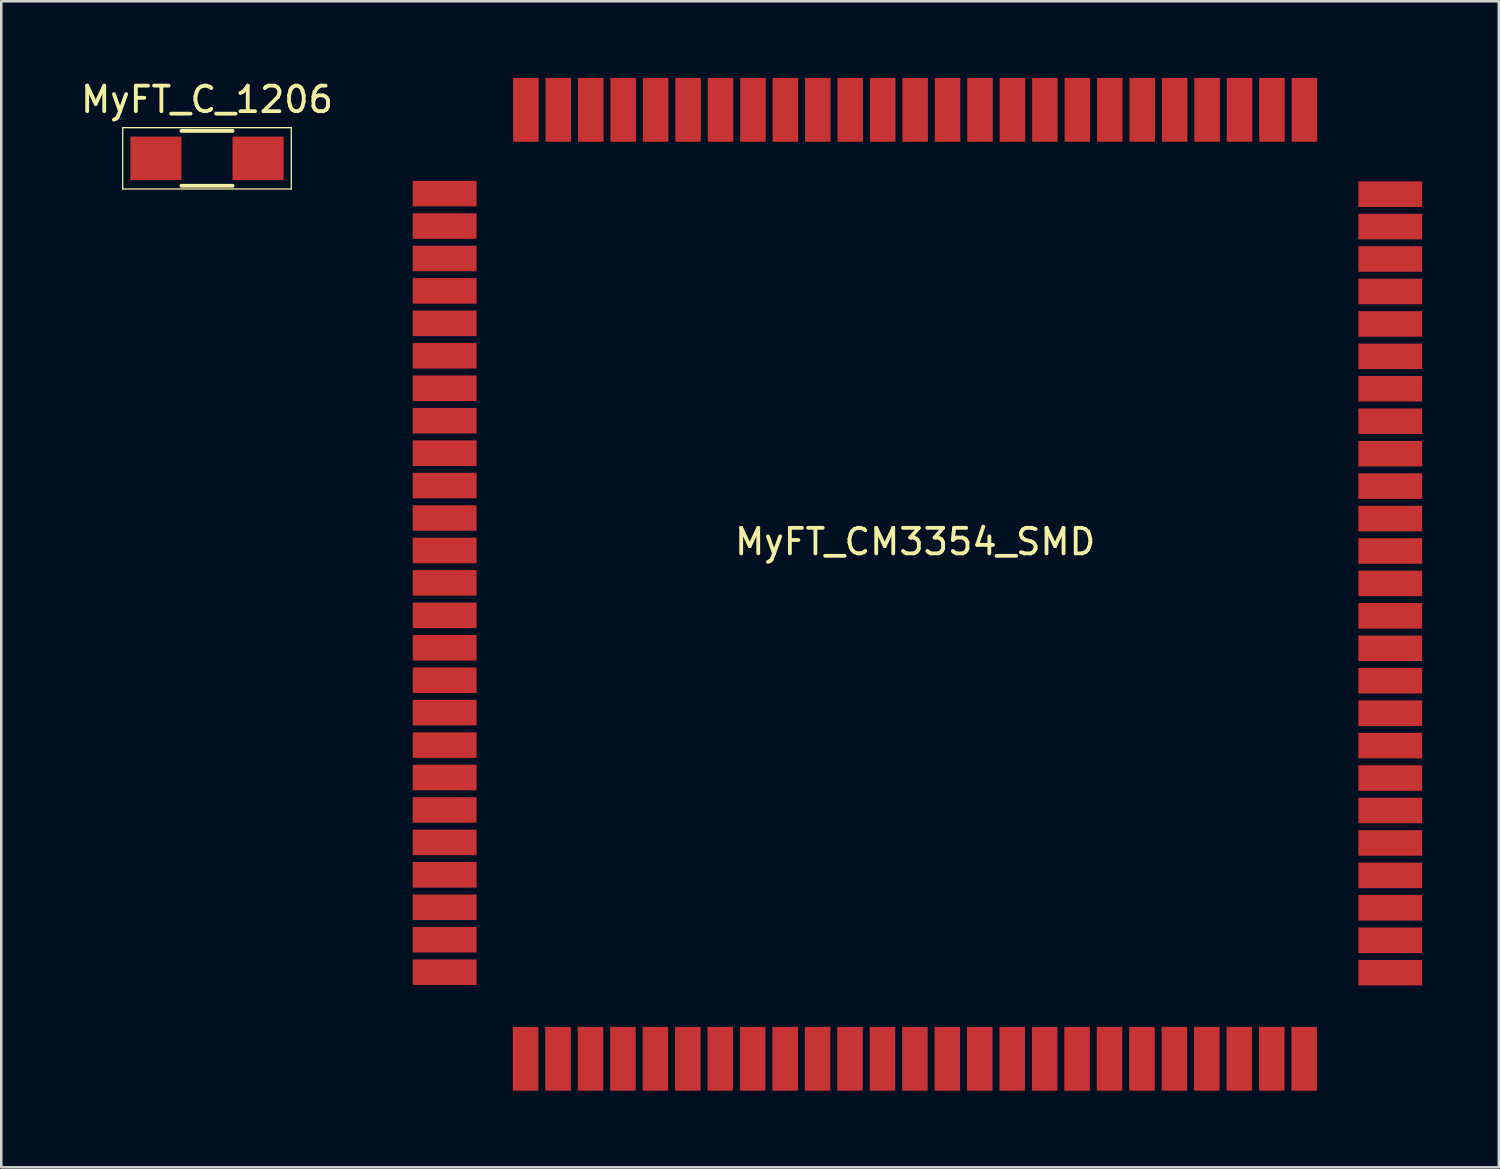
<source format=kicad_pcb>
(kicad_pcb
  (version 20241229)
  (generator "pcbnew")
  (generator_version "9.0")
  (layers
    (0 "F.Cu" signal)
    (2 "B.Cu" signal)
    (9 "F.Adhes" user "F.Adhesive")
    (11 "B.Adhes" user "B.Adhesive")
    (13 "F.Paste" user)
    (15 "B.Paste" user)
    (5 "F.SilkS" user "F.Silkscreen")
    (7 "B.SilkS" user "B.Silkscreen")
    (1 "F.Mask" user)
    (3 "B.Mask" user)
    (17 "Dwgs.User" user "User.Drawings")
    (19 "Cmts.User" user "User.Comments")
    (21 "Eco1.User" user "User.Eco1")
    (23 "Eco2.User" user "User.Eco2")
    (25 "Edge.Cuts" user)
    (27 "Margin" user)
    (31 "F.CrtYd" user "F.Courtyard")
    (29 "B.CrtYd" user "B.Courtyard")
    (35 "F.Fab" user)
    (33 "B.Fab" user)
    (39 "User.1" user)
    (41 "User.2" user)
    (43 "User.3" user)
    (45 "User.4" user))
  (footprint "MyFT_CM3354_SMD"
    (layer "F.Cu")
    (at 32.778 19.43)
    (property "Reference" "MyFT_CM3354_SMD" (at 0 -1.27 0) (layer "F.SilkS") (effects (font (size 1 1) (thickness 0.15))))
    (attr through_hole)
    (fp_line (start -16.891 -16.668) (end -16.891 17.241) (stroke (width 0.15) (type solid)) (layer "Eco2.User"))
    (fp_line (start -16.891 -16.668) (end 17.018 -16.668) (stroke (width 0.15) (type solid)) (layer "Eco2.User"))
    (fp_line (start -16.891 17.369) (end 17.018 17.369) (stroke (width 0.15) (type solid)) (layer "Eco2.User"))
    (fp_line (start 17.018 -16.668) (end 17.018 17.241) (stroke (width 0.15) (type solid)) (layer "Eco2.User"))
    (pad "1" smd rect (at 15.24 -18.18) (size 1 2.5) (layers "F.Cu" "F.Mask" "F.Paste"))
    (pad "2" smd rect (at 13.97 -18.18) (size 1 2.5) (layers "F.Cu" "F.Mask" "F.Paste"))
    (pad "3" smd rect (at 12.7 -18.18) (size 1 2.5) (layers "F.Cu" "F.Mask" "F.Paste"))
    (pad "4" smd rect (at 11.43 -18.18) (size 1 2.5) (layers "F.Cu" "F.Mask" "F.Paste"))
    (pad "5" smd rect (at 10.16 -18.18) (size 1 2.5) (layers "F.Cu" "F.Mask" "F.Paste"))
    (pad "6" smd rect (at 8.89 -18.18) (size 1 2.5) (layers "F.Cu" "F.Mask" "F.Paste"))
    (pad "7" smd rect (at 7.62 -18.18) (size 1 2.5) (layers "F.Cu" "F.Mask" "F.Paste"))
    (pad "8" smd rect (at 6.35 -18.18) (size 1 2.5) (layers "F.Cu" "F.Mask" "F.Paste"))
    (pad "9" smd rect (at 5.08 -18.18) (size 1 2.5) (layers "F.Cu" "F.Mask" "F.Paste"))
    (pad "10" smd rect (at 3.81 -18.18) (size 1 2.5) (layers "F.Cu" "F.Mask" "F.Paste"))
    (pad "11" smd rect (at 2.54 -18.18) (size 1 2.5) (layers "F.Cu" "F.Mask" "F.Paste"))
    (pad "12" smd rect (at 1.27 -18.18) (size 1 2.5) (layers "F.Cu" "F.Mask" "F.Paste"))
    (pad "13" smd rect (at 0 -18.18) (size 1 2.5) (layers "F.Cu" "F.Mask" "F.Paste"))
    (pad "14" smd rect (at -1.27 -18.18) (size 1 2.5) (layers "F.Cu" "F.Mask" "F.Paste"))
    (pad "15" smd rect (at -2.54 -18.18) (size 1 2.5) (layers "F.Cu" "F.Mask" "F.Paste"))
    (pad "16" smd rect (at -3.81 -18.18) (size 1 2.5) (layers "F.Cu" "F.Mask" "F.Paste"))
    (pad "17" smd rect (at -5.08 -18.18) (size 1 2.5) (layers "F.Cu" "F.Mask" "F.Paste"))
    (pad "18" smd rect (at -6.35 -18.18) (size 1 2.5) (layers "F.Cu" "F.Mask" "F.Paste"))
    (pad "19" smd rect (at -7.62 -18.18) (size 1 2.5) (layers "F.Cu" "F.Mask" "F.Paste"))
    (pad "20" smd rect (at -8.89 -18.18) (size 1 2.5) (layers "F.Cu" "F.Mask" "F.Paste"))
    (pad "21" smd rect (at -10.16 -18.18) (size 1 2.5) (layers "F.Cu" "F.Mask" "F.Paste"))
    (pad "22" smd rect (at -11.43 -18.18) (size 1 2.5) (layers "F.Cu" "F.Mask" "F.Paste"))
    (pad "23" smd rect (at -12.7 -18.18) (size 1 2.5) (layers "F.Cu" "F.Mask" "F.Paste"))
    (pad "24" smd rect (at -13.97 -18.18) (size 1 2.5) (layers "F.Cu" "F.Mask" "F.Paste"))
    (pad "25" smd rect (at -15.24 -18.18) (size 1 2.5) (layers "F.Cu" "F.Mask" "F.Paste"))
    (pad "26" smd rect (at -18.42 -14.9 270) (size 1 2.5) (layers "F.Cu" "F.Mask" "F.Paste"))
    (pad "27" smd rect (at -18.42 -13.63 270) (size 1 2.5) (layers "F.Cu" "F.Mask" "F.Paste"))
    (pad "28" smd rect (at -18.42 -12.36 270) (size 1 2.5) (layers "F.Cu" "F.Mask" "F.Paste"))
    (pad "29" smd rect (at -18.42 -11.09 270) (size 1 2.5) (layers "F.Cu" "F.Mask" "F.Paste"))
    (pad "30" smd rect (at -18.42 -9.82 270) (size 1 2.5) (layers "F.Cu" "F.Mask" "F.Paste"))
    (pad "31" smd rect (at -18.42 -8.55 270) (size 1 2.5) (layers "F.Cu" "F.Mask" "F.Paste"))
    (pad "32" smd rect (at -18.42 -7.28 270) (size 1 2.5) (layers "F.Cu" "F.Mask" "F.Paste"))
    (pad "33" smd rect (at -18.42 -6.01 270) (size 1 2.5) (layers "F.Cu" "F.Mask" "F.Paste"))
    (pad "34" smd rect (at -18.42 -4.74 270) (size 1 2.5) (layers "F.Cu" "F.Mask" "F.Paste"))
    (pad "35" smd rect (at -18.42 -3.47 270) (size 1 2.5) (layers "F.Cu" "F.Mask" "F.Paste"))
    (pad "36" smd rect (at -18.42 -2.2 270) (size 1 2.5) (layers "F.Cu" "F.Mask" "F.Paste"))
    (pad "37" smd rect (at -18.42 -0.93 270) (size 1 2.5) (layers "F.Cu" "F.Mask" "F.Paste"))
    (pad "38" smd rect (at -18.42 0.34 270) (size 1 2.5) (layers "F.Cu" "F.Mask" "F.Paste"))
    (pad "39" smd rect (at -18.42 1.61 270) (size 1 2.5) (layers "F.Cu" "F.Mask" "F.Paste"))
    (pad "40" smd rect (at -18.42 2.88 270) (size 1 2.5) (layers "F.Cu" "F.Mask" "F.Paste"))
    (pad "41" smd rect (at -18.42 4.15 270) (size 1 2.5) (layers "F.Cu" "F.Mask" "F.Paste"))
    (pad "42" smd rect (at -18.42 5.42 270) (size 1 2.5) (layers "F.Cu" "F.Mask" "F.Paste"))
    (pad "43" smd rect (at -18.42 6.69 270) (size 1 2.5) (layers "F.Cu" "F.Mask" "F.Paste"))
    (pad "44" smd rect (at -18.42 7.96 270) (size 1 2.5) (layers "F.Cu" "F.Mask" "F.Paste"))
    (pad "45" smd rect (at -18.42 9.23 270) (size 1 2.5) (layers "F.Cu" "F.Mask" "F.Paste"))
    (pad "46" smd rect (at -18.42 10.5 270) (size 1 2.5) (layers "F.Cu" "F.Mask" "F.Paste"))
    (pad "47" smd rect (at -18.42 11.77 270) (size 1 2.5) (layers "F.Cu" "F.Mask" "F.Paste"))
    (pad "48" smd rect (at -18.42 13.04 270) (size 1 2.5) (layers "F.Cu" "F.Mask" "F.Paste"))
    (pad "49" smd rect (at -18.42 14.31 270) (size 1 2.5) (layers "F.Cu" "F.Mask" "F.Paste"))
    (pad "50" smd rect (at -18.42 15.58 270) (size 1 2.5) (layers "F.Cu" "F.Mask" "F.Paste"))
    (pad "51" smd rect (at -15.25 18.971) (size 1 2.5) (layers "F.Cu" "F.Mask" "F.Paste"))
    (pad "52" smd rect (at -13.98 18.971) (size 1 2.5) (layers "F.Cu" "F.Mask" "F.Paste"))
    (pad "53" smd rect (at -12.71 18.971) (size 1 2.5) (layers "F.Cu" "F.Mask" "F.Paste"))
    (pad "54" smd rect (at -11.44 18.971) (size 1 2.5) (layers "F.Cu" "F.Mask" "F.Paste"))
    (pad "55" smd rect (at -10.17 18.971) (size 1 2.5) (layers "F.Cu" "F.Mask" "F.Paste"))
    (pad "56" smd rect (at -8.9 18.971) (size 1 2.5) (layers "F.Cu" "F.Mask" "F.Paste"))
    (pad "57" smd rect (at -7.63 18.971) (size 1 2.5) (layers "F.Cu" "F.Mask" "F.Paste"))
    (pad "58" smd rect (at -6.36 18.971) (size 1 2.5) (layers "F.Cu" "F.Mask" "F.Paste"))
    (pad "59" smd rect (at -5.09 18.971) (size 1 2.5) (layers "F.Cu" "F.Mask" "F.Paste"))
    (pad "60" smd rect (at -3.82 18.971) (size 1 2.5) (layers "F.Cu" "F.Mask" "F.Paste"))
    (pad "61" smd rect (at -2.55 18.971) (size 1 2.5) (layers "F.Cu" "F.Mask" "F.Paste"))
    (pad "62" smd rect (at -1.28 18.971) (size 1 2.5) (layers "F.Cu" "F.Mask" "F.Paste"))
    (pad "63" smd rect (at -0.01 18.971) (size 1 2.5) (layers "F.Cu" "F.Mask" "F.Paste"))
    (pad "64" smd rect (at 1.26 18.971) (size 1 2.5) (layers "F.Cu" "F.Mask" "F.Paste"))
    (pad "65" smd rect (at 2.53 18.971) (size 1 2.5) (layers "F.Cu" "F.Mask" "F.Paste"))
    (pad "66" smd rect (at 3.8 18.971) (size 1 2.5) (layers "F.Cu" "F.Mask" "F.Paste"))
    (pad "67" smd rect (at 5.07 18.971) (size 1 2.5) (layers "F.Cu" "F.Mask" "F.Paste"))
    (pad "68" smd rect (at 6.34 18.971) (size 1 2.5) (layers "F.Cu" "F.Mask" "F.Paste"))
    (pad "69" smd rect (at 7.61 18.971) (size 1 2.5) (layers "F.Cu" "F.Mask" "F.Paste"))
    (pad "70" smd rect (at 8.88 18.971) (size 1 2.5) (layers "F.Cu" "F.Mask" "F.Paste"))
    (pad "71" smd rect (at 10.15 18.971) (size 1 2.5) (layers "F.Cu" "F.Mask" "F.Paste"))
    (pad "72" smd rect (at 11.42 18.971) (size 1 2.5) (layers "F.Cu" "F.Mask" "F.Paste"))
    (pad "73" smd rect (at 12.69 18.971) (size 1 2.5) (layers "F.Cu" "F.Mask" "F.Paste"))
    (pad "74" smd rect (at 13.96 18.971) (size 1 2.5) (layers "F.Cu" "F.Mask" "F.Paste"))
    (pad "75" smd rect (at 15.23 18.971) (size 1 2.5) (layers "F.Cu" "F.Mask" "F.Paste"))
    (pad "76" smd rect (at 18.6 15.601 90) (size 1 2.5) (layers "F.Cu" "F.Mask" "F.Paste"))
    (pad "77" smd rect (at 18.6 14.331 90) (size 1 2.5) (layers "F.Cu" "F.Mask" "F.Paste"))
    (pad "78" smd rect (at 18.6 13.061 90) (size 1 2.5) (layers "F.Cu" "F.Mask" "F.Paste"))
    (pad "79" smd rect (at 18.6 11.791 90) (size 1 2.5) (layers "F.Cu" "F.Mask" "F.Paste"))
    (pad "80" smd rect (at 18.6 10.521 90) (size 1 2.5) (layers "F.Cu" "F.Mask" "F.Paste"))
    (pad "81" smd rect (at 18.6 9.251 90) (size 1 2.5) (layers "F.Cu" "F.Mask" "F.Paste"))
    (pad "82" smd rect (at 18.6 7.981 90) (size 1 2.5) (layers "F.Cu" "F.Mask" "F.Paste"))
    (pad "83" smd rect (at 18.6 6.711 90) (size 1 2.5) (layers "F.Cu" "F.Mask" "F.Paste"))
    (pad "84" smd rect (at 18.6 5.441 90) (size 1 2.5) (layers "F.Cu" "F.Mask" "F.Paste"))
    (pad "85" smd rect (at 18.6 4.171 90) (size 1 2.5) (layers "F.Cu" "F.Mask" "F.Paste"))
    (pad "86" smd rect (at 18.6 2.901 90) (size 1 2.5) (layers "F.Cu" "F.Mask" "F.Paste"))
    (pad "87" smd rect (at 18.6 1.631 90) (size 1 2.5) (layers "F.Cu" "F.Mask" "F.Paste"))
    (pad "88" smd rect (at 18.6 0.361 90) (size 1 2.5) (layers "F.Cu" "F.Mask" "F.Paste"))
    (pad "89" smd rect (at 18.6 -0.909 90) (size 1 2.5) (layers "F.Cu" "F.Mask" "F.Paste"))
    (pad "90" smd rect (at 18.6 -2.179 90) (size 1 2.5) (layers "F.Cu" "F.Mask" "F.Paste"))
    (pad "91" smd rect (at 18.6 -3.449 90) (size 1 2.5) (layers "F.Cu" "F.Mask" "F.Paste"))
    (pad "92" smd rect (at 18.6 -4.719 90) (size 1 2.5) (layers "F.Cu" "F.Mask" "F.Paste"))
    (pad "93" smd rect (at 18.6 -5.989 90) (size 1 2.5) (layers "F.Cu" "F.Mask" "F.Paste"))
    (pad "94" smd rect (at 18.6 -7.259 90) (size 1 2.5) (layers "F.Cu" "F.Mask" "F.Paste"))
    (pad "95" smd rect (at 18.6 -8.529 90) (size 1 2.5) (layers "F.Cu" "F.Mask" "F.Paste"))
    (pad "96" smd rect (at 18.6 -9.799 90) (size 1 2.5) (layers "F.Cu" "F.Mask" "F.Paste"))
    (pad "97" smd rect (at 18.6 -11.069 90) (size 1 2.5) (layers "F.Cu" "F.Mask" "F.Paste"))
    (pad "98" smd rect (at 18.6 -12.339 90) (size 1 2.5) (layers "F.Cu" "F.Mask" "F.Paste"))
    (pad "99" smd rect (at 18.6 -13.609 90) (size 1 2.5) (layers "F.Cu" "F.Mask" "F.Paste"))
    (pad "100" smd rect (at 18.6 -14.879 90) (size 1 2.5) (layers "F.Cu" "F.Mask" "F.Paste")))
  (footprint "MyFT_C_1206"
    (layer "F.Cu")
    (at 5.054 3.148)
    (property "Reference" "MyFT_C_1206" (at 0 -2.3 0) (layer "F.SilkS") (effects (font (size 1 1) (thickness 0.15))))
    (attr smd)
    (fp_line (start -3.3 -1.2) (end -3.3 1.2) (stroke (width 0.05) (type solid)) (layer "F.SilkS"))
    (fp_line (start -3.3 -1.2) (end 3.3 -1.2) (stroke (width 0.05) (type solid)) (layer "F.SilkS"))
    (fp_line (start -3.3 1.2) (end 3.3 1.2) (stroke (width 0.05) (type solid)) (layer "F.SilkS"))
    (fp_line (start -1 -1.075) (end 1 -1.075) (stroke (width 0.15) (type solid)) (layer "F.SilkS"))
    (fp_line (start 1 1.075) (end -1 1.075) (stroke (width 0.15) (type solid)) (layer "F.SilkS"))
    (fp_line (start 3.3 -1.2) (end 3.3 1.2) (stroke (width 0.05) (type solid)) (layer "F.SilkS"))
    (pad "1" smd rect (at -2 0) (size 2 1.7) (layers "F.Cu" "F.Mask" "F.Paste"))
    (pad "2" smd rect (at 2 0) (size 2 1.7) (layers "F.Cu" "F.Mask" "F.Paste")))
  (gr_rect
    (start -3 -3)
    (end 55.628 42.651)
    (stroke (width 0.1) (type default))
    (fill no)
    (layer "Edge.Cuts")))
</source>
